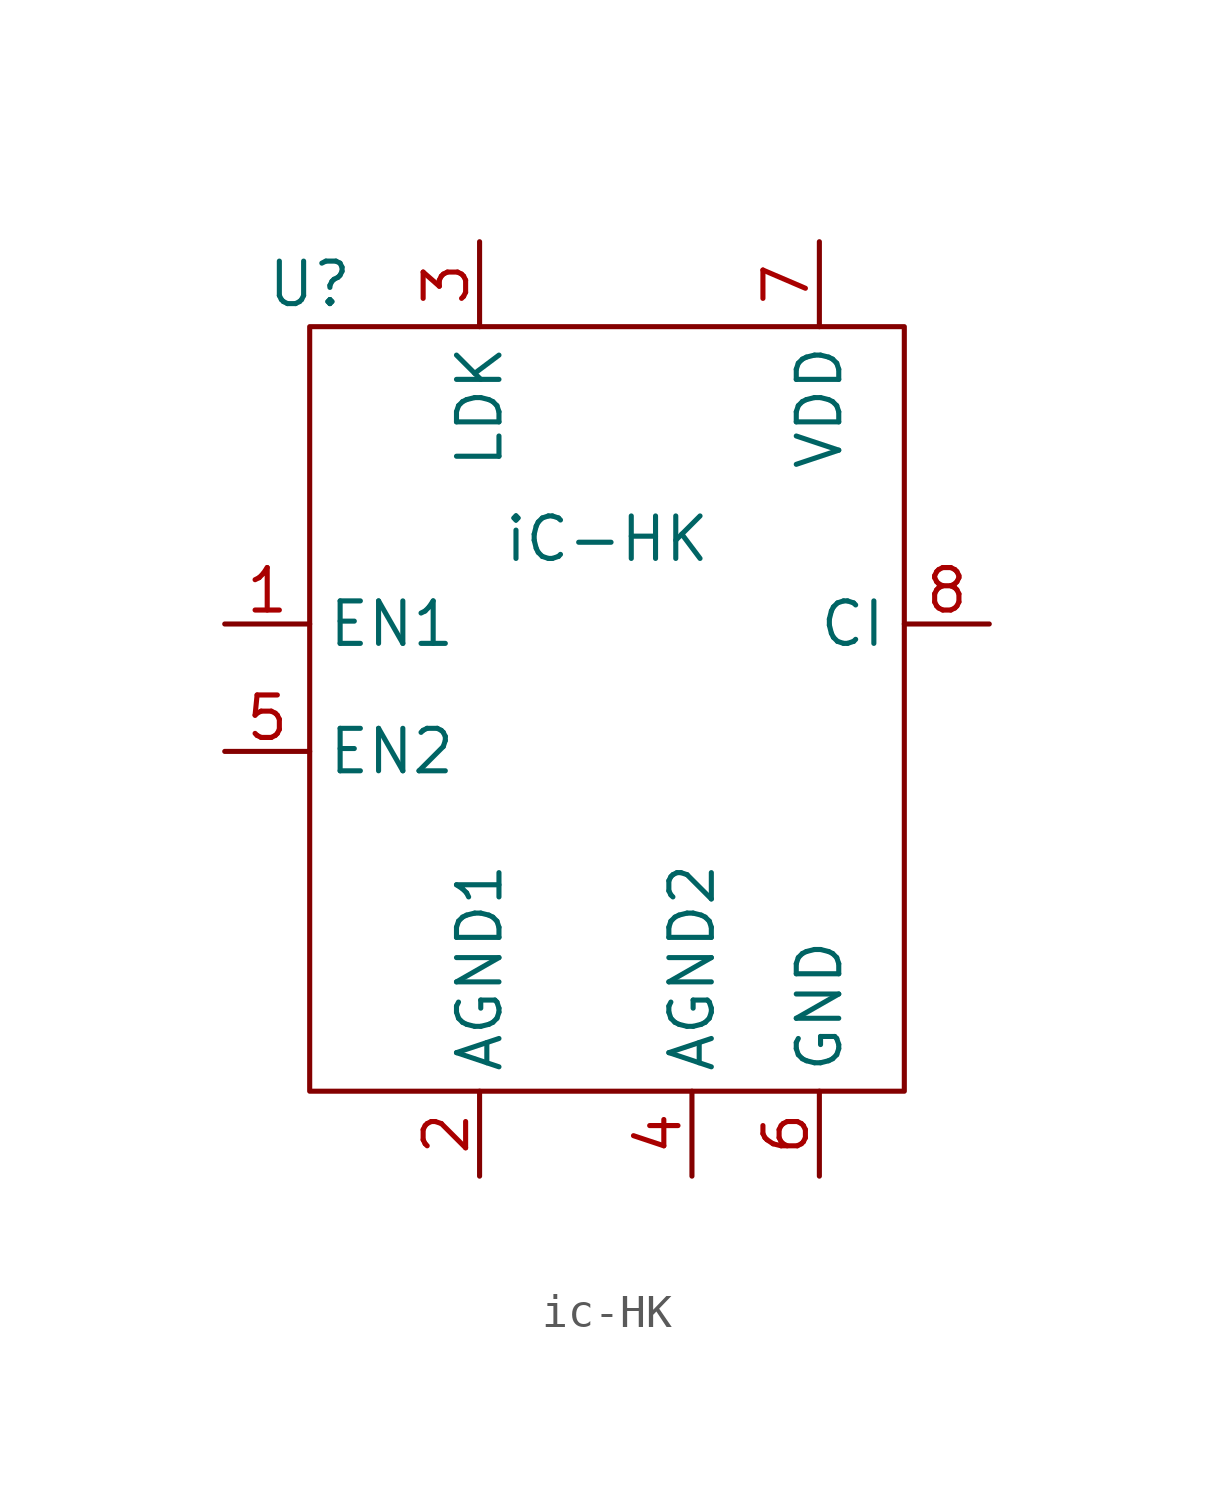
<source format=kicad_sym>
(kicad_symbol_lib
  (version 20220914)
  (generator kicad_symbol_editor)
  (symbol "ic-HK"
    (property "Reference" "U"
      (at 0 0 0)
      (effects (font (size 1.27 1.27))))
    (property "Value" "iC-HK"
      (at 8.89 -7.62 0)
      (effects (font (size 1.27 1.27))))
    (symbol "ic-HK_0_1"
      (rectangle (start 0 -1.27) (end 17.78 -24.13) (stroke (width 0) (type default)) (fill (type none))))
    (symbol "ic-HK_1_1"
      (pin input line (at -2.54 -10.16 0) (length 2.54) (name "EN1" (effects (font (size 1.27 1.27)))) (number "1" (effects (font (size 1.27 1.27)))))
      (pin unspecified line (at 5.08 -26.67 90) (length 2.54) (name "AGND1" (effects (font (size 1.27 1.27)))) (number "2" (effects (font (size 1.27 1.27)))))
      (pin unspecified line (at 5.08 1.27 270) (length 2.54) (name "LDK" (effects (font (size 1.27 1.27)))) (number "3" (effects (font (size 1.27 1.27)))))
      (pin unspecified line (at 11.43 -26.67 90) (length 2.54) (name "AGND2" (effects (font (size 1.27 1.27)))) (number "4" (effects (font (size 1.27 1.27)))))
      (pin input line (at -2.54 -13.97 0) (length 2.54) (name "EN2" (effects (font (size 1.27 1.27)))) (number "5" (effects (font (size 1.27 1.27)))))
      (pin unspecified line (at 15.24 -26.67 90) (length 2.54) (name "GND" (effects (font (size 1.27 1.27)))) (number "6" (effects (font (size 1.27 1.27)))))
      (pin power_in line (at 15.24 1.27 270) (length 2.54) (name "VDD" (effects (font (size 1.27 1.27)))) (number "7" (effects (font (size 1.27 1.27)))))
      (pin unspecified line (at 20.32 -10.16 180) (length 2.54) (name "CI" (effects (font (size 1.27 1.27)))) (number "8" (effects (font (size 1.27 1.27))))))))
</source>
